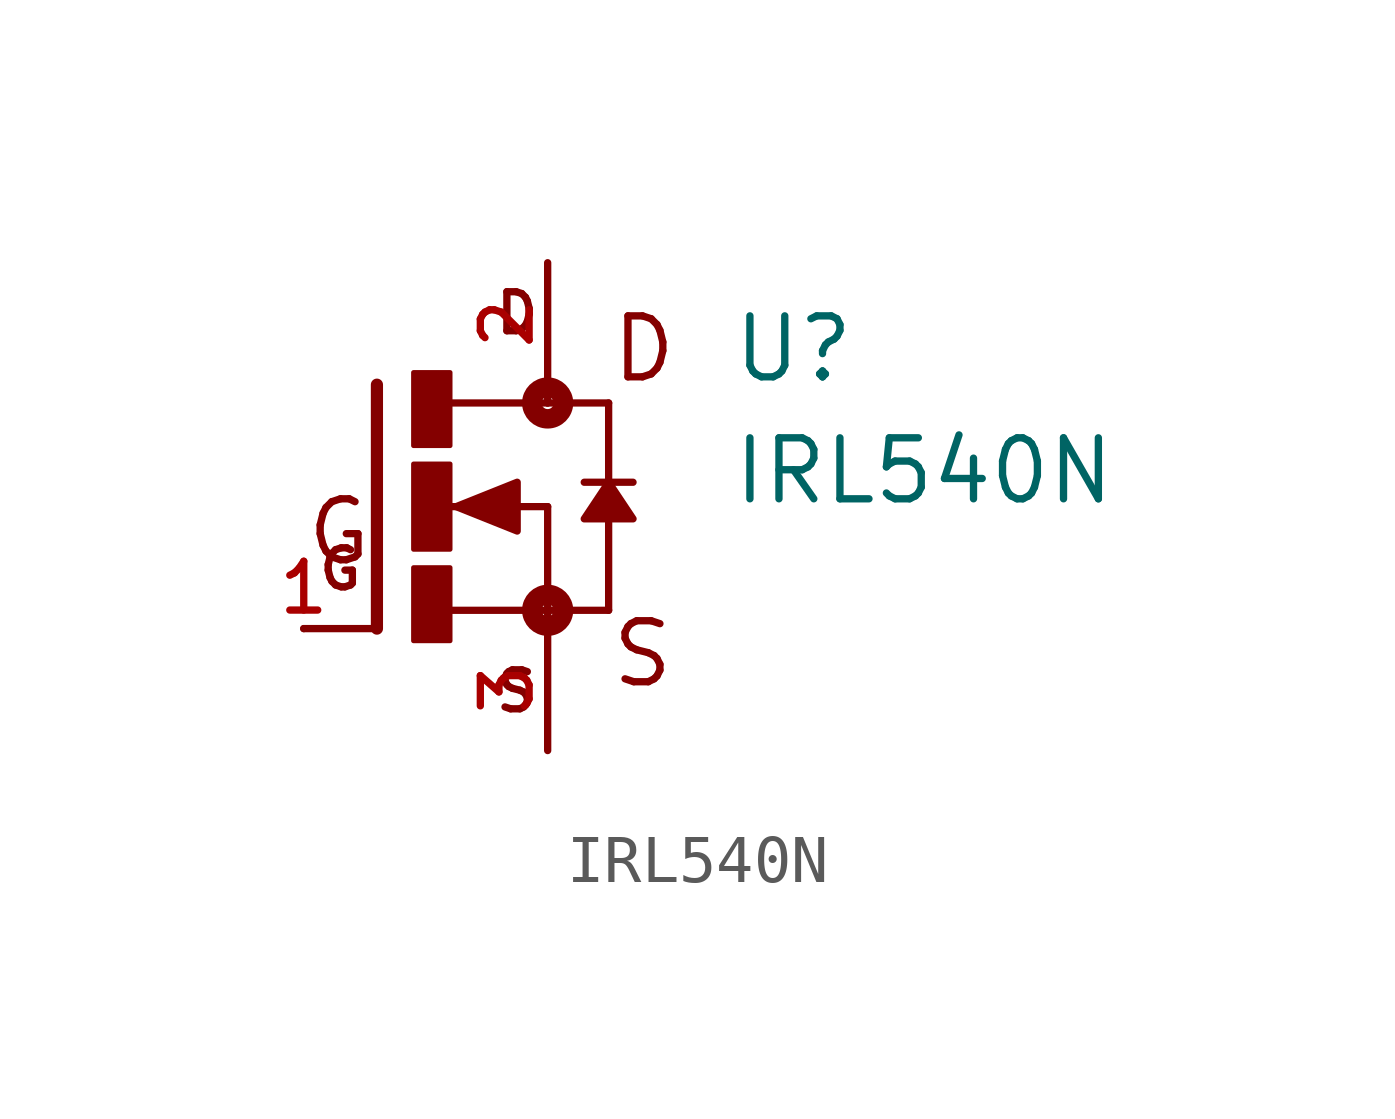
<source format=kicad_sym>
(kicad_symbol_lib
  (version 20211014)
  (generator kicad_symbol_editor)
  (symbol "IRL540N"
    (pin_names
      (offset 1.016))
    (property "Reference" "U"
      (at 3.81 2.54 0)
      (effects (font (size 1.27 1.27)) (justify bottom left)))
    (property "Value" "IRL540N"
      (at 3.81 0.0 0)
      (effects (font (size 1.27 1.27)) (justify bottom left)))
    (symbol "IRL540N_0_0"
      (polyline (pts (xy -3.556 2.54) (xy -3.556 -2.54)) (stroke (width 0.254)))
      (polyline (pts (xy -3.556 -2.54) (xy -5.08 -2.54)) (stroke (width 0.152)))
      (polyline (pts (xy 0.0 2.54) (xy 0.0 2.159)) (stroke (width 0.152)))
      (polyline (pts (xy -2.032 -2.159) (xy 0.0 -2.159)) (stroke (width 0.152)))
      (polyline (pts (xy 0.0 -2.159) (xy 0.0 -2.54)) (stroke (width 0.152)))
      (polyline (pts (xy -2.159 0.0) (xy 0.0 0.0)) (stroke (width 0.152)))
      (polyline (pts (xy 0.762 0.508) (xy 1.27 0.508)) (stroke (width 0.152)))
      (polyline (pts (xy 1.27 0.508) (xy 1.778 0.508)) (stroke (width 0.152)))
      (polyline (pts (xy 1.27 2.159) (xy 0.0 2.159)) (stroke (width 0.152)))
      (polyline (pts (xy 0.0 2.159) (xy -2.007 2.159)) (stroke (width 0.152)))
      (polyline (pts (xy 1.27 0.508) (xy 1.27 2.159)) (stroke (width 0.152)))
      (polyline (pts (xy 1.27 -2.159) (xy 1.27 -0.127)) (stroke (width 0.152)))
      (polyline (pts (xy 1.27 -2.159) (xy 0.0 -2.159)) (stroke (width 0.152)))
      (polyline (pts (xy 0.0 0.0) (xy 0.0 -2.159)) (stroke (width 0.152)))
      (circle (center 0.0 2.159) (radius 0.127) (stroke (width 0.406)) (fill (type none)))
      (circle (center 0.0 -2.159) (radius 0.127) (stroke (width 0.406)) (fill (type none)))
      (text "D" (at -1.143 3.556 0) (effects (font (size 0.813 0.813)) (justify bottom left)))
      (text "S" (at -1.143 -4.318 0) (effects (font (size 0.813 0.813)) (justify bottom left)))
      (text "G" (at -4.826 -1.778 0) (effects (font (size 0.813 0.813)) (justify bottom left)))
      (rectangle (start -2.794 -2.794) (end -2.032 -1.27) (stroke (width 0.1)) (fill (type outline)))
      (rectangle (start -2.794 1.27) (end -2.032 2.794) (stroke (width 0.1)) (fill (type outline)))
      (rectangle (start -2.794 -0.889) (end -2.032 0.889) (stroke (width 0.1)) (fill (type outline)))
      (polyline (pts (xy 1.27 0.508) (xy 0.762 -0.254) (xy 1.778 -0.254) (xy 1.27 0.508)) (stroke (width 0.152)) (fill (type outline)))
      (polyline (pts (xy -1.905 0.0) (xy -0.635 -0.508) (xy -0.635 0.508) (xy -1.905 0.0)) (stroke (width 0.152)) (fill (type outline)))
      (text "S" (at 1.27 -3.81 0) (effects (font (size 1.27 1.27)) (justify bottom left)))
      (text "D" (at 1.27 2.54 0) (effects (font (size 1.27 1.27)) (justify bottom left)))
      (text "G" (at -5.08 -1.27 0) (effects (font (size 1.27 1.27)) (justify bottom left)))
      (pin passive line (at -5.08 -2.54 0) (length 0) (name "~" (effects (font (size 1.016 1.016)))) (number "1" (effects (font (size 1.016 1.016)))))
      (pin passive line (at 0.0 -5.08 90.0) (length 2.54) (name "~" (effects (font (size 1.016 1.016)))) (number "3" (effects (font (size 1.016 1.016)))))
      (pin passive line (at 0.0 5.08 270.0) (length 2.54) (name "~" (effects (font (size 1.016 1.016)))) (number "2" (effects (font (size 1.016 1.016))))))))
</source>
